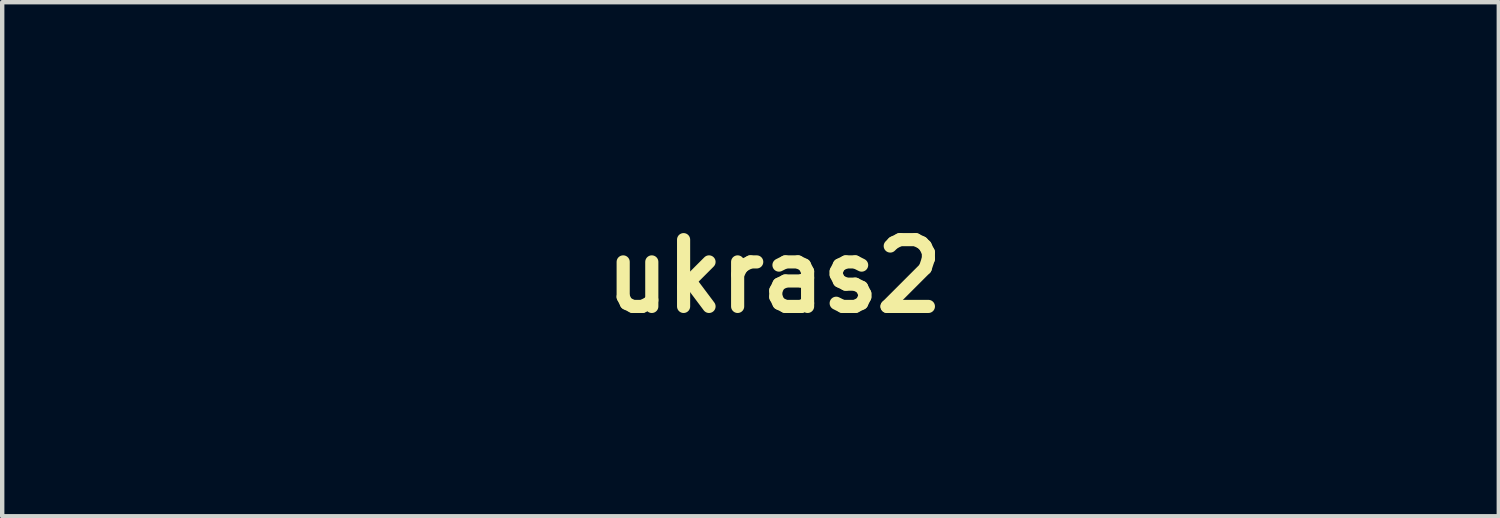
<source format=kicad_pcb>
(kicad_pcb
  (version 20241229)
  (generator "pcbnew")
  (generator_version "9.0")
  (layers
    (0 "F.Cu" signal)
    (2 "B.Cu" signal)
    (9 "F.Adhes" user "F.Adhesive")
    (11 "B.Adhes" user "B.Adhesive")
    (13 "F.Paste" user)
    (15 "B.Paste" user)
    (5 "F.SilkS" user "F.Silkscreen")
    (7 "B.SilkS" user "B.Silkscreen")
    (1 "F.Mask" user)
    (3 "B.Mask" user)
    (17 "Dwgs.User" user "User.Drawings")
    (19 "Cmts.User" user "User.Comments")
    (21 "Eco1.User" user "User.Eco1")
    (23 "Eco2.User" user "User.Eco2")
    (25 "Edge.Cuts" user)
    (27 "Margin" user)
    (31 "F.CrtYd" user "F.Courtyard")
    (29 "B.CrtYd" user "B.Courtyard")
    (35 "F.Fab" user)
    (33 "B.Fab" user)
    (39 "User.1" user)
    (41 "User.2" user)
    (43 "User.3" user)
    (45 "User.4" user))
  (footprint "ukras2"
    (layer "F.Cu")
    (at 14.622 3.255)
    (property "Reference" "ukras2" (at 0 0 0) (layer "F.SilkS") (effects (font (size 1.524 1.524) (thickness 0.3))))
    (attr through_hole)
    (fp_poly (pts (xy -9.37 0.198) (xy -9.398 0.226) (xy -9.426 0.198) (xy -9.398 0.169) (xy -9.37 0.198)) (stroke (width 0.01) (type solid)) (fill yes) (layer "F.Mask"))
    (fp_poly (pts (xy -9.088 0.31) (xy -9.116 0.339) (xy -9.144 0.31) (xy -9.116 0.282) (xy -9.088 0.31)) (stroke (width 0.01) (type solid)) (fill yes) (layer "F.Mask"))
    (fp_poly (pts (xy -8.918 0.367) (xy -8.946 0.395) (xy -8.975 0.367) (xy -8.946 0.339) (xy -8.918 0.367)) (stroke (width 0.01) (type solid)) (fill yes) (layer "F.Mask"))
    (fp_poly (pts (xy -8.749 0.423) (xy -8.777 0.452) (xy -8.805 0.423) (xy -8.777 0.395) (xy -8.749 0.423)) (stroke (width 0.01) (type solid)) (fill yes) (layer "F.Mask"))
    (fp_poly (pts (xy -8.636 -0.31) (xy -8.664 -0.282) (xy -8.692 -0.31) (xy -8.664 -0.339) (xy -8.636 -0.31)) (stroke (width 0.01) (type solid)) (fill yes) (layer "F.Mask"))
    (fp_poly (pts (xy -7.507 0.254) (xy -7.535 0.282) (xy -7.564 0.254) (xy -7.535 0.226) (xy -7.507 0.254)) (stroke (width 0.01) (type solid)) (fill yes) (layer "F.Mask"))
    (fp_poly (pts (xy -7.168 0.367) (xy -7.197 0.395) (xy -7.225 0.367) (xy -7.197 0.339) (xy -7.168 0.367)) (stroke (width 0.01) (type solid)) (fill yes) (layer "F.Mask"))
    (fp_poly (pts (xy -0.79 1.044) (xy -0.818 1.072) (xy -0.847 1.044) (xy -0.818 1.016) (xy -0.79 1.044)) (stroke (width 0.01) (type solid)) (fill yes) (layer "F.Mask"))
    (fp_poly (pts (xy -0.508 0.931) (xy -0.536 0.96) (xy -0.564 0.931) (xy -0.536 0.903) (xy -0.508 0.931)) (stroke (width 0.01) (type solid)) (fill yes) (layer "F.Mask"))
    (fp_poly (pts (xy 2.314 1.157) (xy 2.286 1.185) (xy 2.258 1.157) (xy 2.286 1.129) (xy 2.314 1.157)) (stroke (width 0.01) (type solid)) (fill yes) (layer "F.Mask"))
    (fp_poly (pts (xy 4.233 0.988) (xy 4.205 1.016) (xy 4.177 0.988) (xy 4.205 0.96) (xy 4.233 0.988)) (stroke (width 0.01) (type solid)) (fill yes) (layer "F.Mask"))
    (fp_poly (pts (xy 8.805 0.367) (xy 8.777 0.395) (xy 8.749 0.367) (xy 8.777 0.339) (xy 8.805 0.367)) (stroke (width 0.01) (type solid)) (fill yes) (layer "F.Mask"))
    (fp_poly (pts (xy 9.088 0.31) (xy 9.059 0.339) (xy 9.031 0.31) (xy 9.059 0.282) (xy 9.088 0.31)) (stroke (width 0.01) (type solid)) (fill yes) (layer "F.Mask"))
    (fp_poly (pts (xy 10.386 -0.141) (xy 10.358 -0.113) (xy 10.329 -0.141) (xy 10.358 -0.169) (xy 10.386 -0.141)) (stroke (width 0.01) (type solid)) (fill yes) (layer "F.Mask"))
    (fp_poly (pts (xy 10.499 -0.198) (xy 10.47 -0.169) (xy 10.442 -0.198) (xy 10.47 -0.226) (xy 10.499 -0.198)) (stroke (width 0.01) (type solid)) (fill yes) (layer "F.Mask"))
    (fp_poly (pts (xy -9.219 0.245) (xy -9.227 0.278) (xy -9.257 0.282) (xy -9.303 0.262) (xy -9.295 0.245) (xy -9.228 0.238) (xy -9.219 0.245)) (stroke (width 0.01) (type solid)) (fill yes) (layer "F.Mask"))
    (fp_poly (pts (xy -8.542 0.47) (xy -8.55 0.504) (xy -8.58 0.508) (xy -8.626 0.487) (xy -8.617 0.47) (xy -8.55 0.464) (xy -8.542 0.47)) (stroke (width 0.01) (type solid)) (fill yes) (layer "F.Mask"))
    (fp_poly (pts (xy -8.313 0.53) (xy -8.329 0.556) (xy -8.387 0.56) (xy -8.447 0.546) (xy -8.421 0.526) (xy -8.333 0.519) (xy -8.313 0.53)) (stroke (width 0.01) (type solid)) (fill yes) (layer "F.Mask"))
    (fp_poly (pts (xy -8.087 0.587) (xy -8.104 0.612) (xy -8.161 0.616) (xy -8.221 0.603) (xy -8.195 0.582) (xy -8.107 0.576) (xy -8.087 0.587)) (stroke (width 0.01) (type solid)) (fill yes) (layer "F.Mask"))
    (fp_poly (pts (xy -7.639 0.188) (xy -7.647 0.222) (xy -7.676 0.226) (xy -7.723 0.205) (xy -7.714 0.188) (xy -7.647 0.181) (xy -7.639 0.188)) (stroke (width 0.01) (type solid)) (fill yes) (layer "F.Mask"))
    (fp_poly (pts (xy -7.357 0.301) (xy -7.364 0.335) (xy -7.394 0.339) (xy -7.441 0.318) (xy -7.432 0.301) (xy -7.365 0.294) (xy -7.357 0.301)) (stroke (width 0.01) (type solid)) (fill yes) (layer "F.Mask"))
    (fp_poly (pts (xy -6.961 0.414) (xy -6.969 0.447) (xy -6.999 0.452) (xy -7.046 0.431) (xy -7.037 0.414) (xy -6.97 0.407) (xy -6.961 0.414)) (stroke (width 0.01) (type solid)) (fill yes) (layer "F.Mask"))
    (fp_poly (pts (xy -6.676 0.474) (xy -6.693 0.5) (xy -6.75 0.504) (xy -6.81 0.49) (xy -6.784 0.469) (xy -6.696 0.463) (xy -6.676 0.474)) (stroke (width 0.01) (type solid)) (fill yes) (layer "F.Mask"))
    (fp_poly (pts (xy -6.364 0.527) (xy -6.357 0.548) (xy -6.435 0.556) (xy -6.515 0.547) (xy -6.505 0.527) (xy -6.39 0.52) (xy -6.364 0.527)) (stroke (width 0.01) (type solid)) (fill yes) (layer "F.Mask"))
    (fp_poly (pts (xy -3.515 1.208) (xy -3.532 1.233) (xy -3.589 1.237) (xy -3.649 1.224) (xy -3.623 1.203) (xy -3.535 1.196) (xy -3.515 1.208)) (stroke (width 0.01) (type solid)) (fill yes) (layer "F.Mask"))
    (fp_poly (pts (xy -3.203 1.261) (xy -3.196 1.281) (xy -3.274 1.289) (xy -3.354 1.28) (xy -3.344 1.261) (xy -3.229 1.253) (xy -3.203 1.261)) (stroke (width 0.01) (type solid)) (fill yes) (layer "F.Mask"))
    (fp_poly (pts (xy -1.37 1.208) (xy -1.387 1.233) (xy -1.444 1.237) (xy -1.504 1.224) (xy -1.478 1.203) (xy -1.39 1.196) (xy -1.37 1.208)) (stroke (width 0.01) (type solid)) (fill yes) (layer "F.Mask"))
    (fp_poly (pts (xy -1.148 1.148) (xy -1.155 1.181) (xy -1.185 1.185) (xy -1.232 1.165) (xy -1.223 1.148) (xy -1.156 1.141) (xy -1.148 1.148)) (stroke (width 0.01) (type solid)) (fill yes) (layer "F.Mask"))
    (fp_poly (pts (xy 3.371 1.151) (xy 3.355 1.177) (xy 3.297 1.181) (xy 3.237 1.167) (xy 3.263 1.147) (xy 3.351 1.14) (xy 3.371 1.151)) (stroke (width 0.01) (type solid)) (fill yes) (layer "F.Mask"))
    (fp_poly (pts (xy 3.763 1.091) (xy 3.755 1.125) (xy 3.725 1.129) (xy 3.679 1.108) (xy 3.688 1.091) (xy 3.755 1.085) (xy 3.763 1.091)) (stroke (width 0.01) (type solid)) (fill yes) (layer "F.Mask"))
    (fp_poly (pts (xy 4.44 0.922) (xy 4.433 0.955) (xy 4.403 0.96) (xy 4.356 0.939) (xy 4.365 0.922) (xy 4.432 0.915) (xy 4.44 0.922)) (stroke (width 0.01) (type solid)) (fill yes) (layer "F.Mask"))
    (fp_poly (pts (xy 9.351 0.245) (xy 9.343 0.278) (xy 9.313 0.282) (xy 9.267 0.262) (xy 9.276 0.245) (xy 9.343 0.238) (xy 9.351 0.245)) (stroke (width 0.01) (type solid)) (fill yes) (layer "F.Mask"))
    (fp_poly (pts (xy 9.577 0.188) (xy 9.569 0.222) (xy 9.539 0.226) (xy 9.493 0.205) (xy 9.501 0.188) (xy 9.568 0.181) (xy 9.577 0.188)) (stroke (width 0.01) (type solid)) (fill yes) (layer "F.Mask"))
    (fp_poly (pts (xy -12.34 -1.798) (xy -12.313 -1.73) (xy -12.346 -1.693) (xy -12.351 -1.693) (xy -12.416 -1.739) (xy -12.44 -1.783) (xy -12.442 -1.849) (xy -12.407 -1.85) (xy -12.34 -1.798)) (stroke (width 0.01) (type solid)) (fill yes) (layer "F.Mask"))
    (fp_poly (pts (xy -8.551 -0.26) (xy -8.481 -0.227) (xy -8.385 -0.171) (xy -8.354 -0.139) (xy -8.372 -0.116) (xy -8.439 -0.155) (xy -8.498 -0.201) (xy -8.571 -0.261) (xy -8.551 -0.26)) (stroke (width 0.01) (type solid)) (fill yes) (layer "F.Mask"))
    (fp_poly (pts (xy -1.678 1.261) (xy -1.676 1.28) (xy -1.765 1.287) (xy -1.778 1.287) (xy -1.866 1.279) (xy -1.857 1.262) (xy -1.847 1.259) (xy -1.725 1.251) (xy -1.678 1.261)) (stroke (width 0.01) (type solid)) (fill yes) (layer "F.Mask"))
    (fp_poly (pts (xy -6.703 0.749) (xy -6.66 0.76) (xy -6.718 0.769) (xy -6.863 0.772) (xy -6.886 0.772) (xy -7.041 0.769) (xy -7.11 0.762) (xy -7.081 0.751) (xy -7.07 0.749) (xy -6.872 0.74) (xy -6.703 0.749)) (stroke (width 0.01) (type solid)) (fill yes) (layer "F.Mask"))
    (fp_poly (pts (xy -2.323 1.31) (xy -2.272 1.313) (xy -2.209 1.322) (xy -2.249 1.329) (xy -2.381 1.333) (xy -2.54 1.334) (xy -2.736 1.332) (xy -2.848 1.327) (xy -2.866 1.32) (xy -2.808 1.313) (xy -2.571 1.305) (xy -2.323 1.31)) (stroke (width 0.01) (type solid)) (fill yes) (layer "F.Mask"))
    (fp_poly (pts (xy 10.23 -0.054) (xy 10.125 0.002) (xy 9.976 0.064) (xy 9.813 0.12) (xy 9.76 0.135) (xy 9.733 0.134) (xy 9.796 0.094) (xy 9.929 0.028) (xy 10.095 -0.043) (xy 10.215 -0.085) (xy 10.26 -0.089) (xy 10.23 -0.054)) (stroke (width 0.01) (type solid)) (fill yes) (layer "F.Mask"))
    (fp_poly (pts (xy -8.253 -0.078) (xy -8.146 -0.034) (xy -8.01 0.029) (xy -7.883 0.093) (xy -7.801 0.142) (xy -7.794 0.148) (xy -7.788 0.172) (xy -7.859 0.155) (xy -7.98 0.105) (xy -8.086 0.053) (xy -8.216 -0.022) (xy -8.29 -0.076) (xy -8.297 -0.087) (xy -8.253 -0.078)) (stroke (width 0.01) (type solid)) (fill yes) (layer "F.Mask"))
    (fp_poly (pts (xy -7.699 0.659) (xy -7.676 0.661) (xy -7.485 0.68) (xy -7.344 0.699) (xy -7.286 0.713) (xy -7.312 0.728) (xy -7.415 0.73) (xy -7.563 0.721) (xy -7.72 0.704) (xy -7.855 0.68) (xy -7.874 0.675) (xy -7.922 0.655) (xy -7.862 0.649) (xy -7.699 0.659)) (stroke (width 0.01) (type solid)) (fill yes) (layer "F.Mask"))
    (fp_poly (pts (xy -12.849 -2.087) (xy -12.808 -2.046) (xy -12.762 -1.981) (xy -12.788 -1.996) (xy -12.813 -2.018) (xy -12.925 -2.084) (xy -13.006 -2.074) (xy -13.026 -1.992) (xy -13.022 -1.976) (xy -13.002 -1.886) (xy -13.002 -1.864) (xy -13.051 -1.89) (xy -13.107 -1.922) (xy -13.172 -2.004) (xy -13.171 -2.062) (xy -13.094 -2.13) (xy -12.971 -2.138) (xy -12.849 -2.087)) (stroke (width 0.01) (type solid)) (fill yes) (layer "F.Mask"))
    (fp_poly (pts (xy 10.739 -3.226) (xy 10.766 -3.143) (xy 10.732 -3.086) (xy 10.695 -2.958) (xy 10.759 -2.793) (xy 10.856 -2.667) (xy 10.963 -2.563) (xy 11.018 -2.557) (xy 11.026 -2.65) (xy 11.019 -2.709) (xy 11.019 -2.834) (xy 11.057 -2.879) (xy 11.098 -2.829) (xy 11.119 -2.707) (xy 11.12 -2.678) (xy 11.133 -2.549) (xy 11.168 -2.508) (xy 11.176 -2.512) (xy 11.223 -2.591) (xy 11.232 -2.658) (xy 11.268 -2.753) (xy 11.347 -2.817) (xy 11.424 -2.817) (xy 11.433 -2.81) (xy 11.427 -2.748) (xy 11.381 -2.629) (xy 11.37 -2.606) (xy 11.315 -2.467) (xy 11.325 -2.378) (xy 11.414 -2.332) (xy 11.593 -2.319) (xy 11.76 -2.323) (xy 11.976 -2.329) (xy 12.103 -2.318) (xy 12.164 -2.288) (xy 12.179 -2.254) (xy 12.154 -2.154) (xy 12.081 -2.062) (xy 11.996 -1.97) (xy 11.966 -1.912) (xy 12.01 -1.86) (xy 12.125 -1.77) (xy 12.274 -1.669) (xy 12.558 -1.442) (xy 12.776 -1.174) (xy 12.907 -0.893) (xy 12.922 -0.833) (xy 12.963 -0.707) (xy 13.032 -0.664) (xy 13.098 -0.666) (xy 13.311 -0.687) (xy 13.449 -0.681) (xy 13.521 -0.63) (xy 13.535 -0.518) (xy 13.501 -0.33) (xy 13.431 -0.059) (xy 13.366 0.153) (xy 13.303 0.306) (xy 13.251 0.391) (xy 13.218 0.396) (xy 13.211 0.311) (xy 13.22 0.226) (xy 13.226 0.093) (xy 13.194 0.065) (xy 13.133 0.143) (xy 13.099 0.211) (xy 13.046 0.314) (xy 13.005 0.323) (xy 12.949 0.257) (xy 12.906 0.176) (xy 12.925 0.101) (xy 13.018 -0.008) (xy 13.02 -0.01) (xy 13.11 -0.117) (xy 13.146 -0.188) (xy 13.143 -0.197) (xy 13.09 -0.18) (xy 12.998 -0.101) (xy 12.982 -0.084) (xy 12.85 0.016) (xy 12.681 0.054) (xy 12.608 0.056) (xy 12.418 0.072) (xy 12.25 0.111) (xy 12.221 0.123) (xy 12.098 0.157) (xy 11.932 0.155) (xy 11.726 0.124) (xy 11.53 0.091) (xy 11.402 0.087) (xy 11.302 0.118) (xy 11.187 0.19) (xy 11.174 0.199) (xy 11.026 0.286) (xy 10.901 0.335) (xy 10.873 0.339) (xy 10.736 0.365) (xy 10.602 0.454) (xy 10.454 0.62) (xy 10.322 0.806) (xy 10.12 1.097) (xy 9.966 1.29) (xy 9.858 1.388) (xy 9.792 1.395) (xy 9.766 1.311) (xy 9.765 1.281) (xy 9.812 1.148) (xy 9.92 1.034) (xy 10.027 0.934) (xy 10.128 0.81) (xy 10.206 0.689) (xy 10.243 0.598) (xy 10.223 0.564) (xy 10.163 0.604) (xy 10.05 0.71) (xy 9.905 0.863) (xy 9.843 0.931) (xy 9.662 1.131) (xy 9.54 1.247) (xy 9.467 1.288) (xy 9.433 1.26) (xy 9.426 1.198) (xy 9.465 1.123) (xy 9.571 0.988) (xy 9.728 0.808) (xy 9.922 0.601) (xy 10.138 0.382) (xy 10.359 0.167) (xy 10.553 -0.011) (xy 10.67 -0.133) (xy 10.721 -0.225) (xy 10.699 -0.27) (xy 10.626 -0.26) (xy 10.568 -0.246) (xy 10.599 -0.281) (xy 10.637 -0.311) (xy 10.707 -0.374) (xy 10.715 -0.437) (xy 10.661 -0.544) (xy 10.646 -0.569) (xy 10.585 -0.69) (xy 10.568 -0.763) (xy 10.571 -0.768) (xy 10.634 -0.77) (xy 10.784 -0.756) (xy 10.998 -0.728) (xy 11.202 -0.697) (xy 11.514 -0.651) (xy 11.733 -0.635) (xy 11.873 -0.653) (xy 11.952 -0.711) (xy 11.986 -0.813) (xy 11.99 -0.942) (xy 11.951 -1.153) (xy 11.832 -1.382) (xy 11.793 -1.44) (xy 11.682 -1.598) (xy 11.595 -1.723) (xy 11.559 -1.775) (xy 11.496 -1.799) (xy 11.455 -1.769) (xy 11.373 -1.749) (xy 11.286 -1.803) (xy 11.226 -1.901) (xy 11.222 -1.99) (xy 11.207 -2.071) (xy 11.135 -2.088) (xy 10.99 -2.035) (xy 10.878 -1.884) (xy 10.811 -1.666) (xy 10.748 -1.418) (xy 10.667 -1.278) (xy 10.581 -1.242) (xy 10.51 -1.28) (xy 10.51 -1.37) (xy 10.565 -1.455) (xy 10.621 -1.529) (xy 10.6 -1.55) (xy 10.527 -1.521) (xy 10.425 -1.444) (xy 10.42 -1.44) (xy 10.215 -1.321) (xy 9.979 -1.307) (xy 9.796 -1.364) (xy 9.69 -1.436) (xy 9.652 -1.505) (xy 9.686 -1.573) (xy 9.772 -1.56) (xy 9.861 -1.493) (xy 9.975 -1.432) (xy 10.102 -1.431) (xy 10.192 -1.487) (xy 10.202 -1.509) (xy 10.174 -1.58) (xy 10.08 -1.645) (xy 9.975 -1.72) (xy 9.936 -1.8) (xy 9.971 -1.854) (xy 10.019 -1.863) (xy 10.094 -1.833) (xy 10.104 -1.808) (xy 10.152 -1.727) (xy 10.264 -1.677) (xy 10.394 -1.676) (xy 10.442 -1.693) (xy 10.539 -1.77) (xy 10.529 -1.844) (xy 10.409 -1.921) (xy 10.364 -1.941) (xy 10.227 -2.01) (xy 10.141 -2.075) (xy 10.135 -2.083) (xy 10.056 -2.128) (xy 9.931 -2.145) (xy 9.857 -2.159) (xy 10.282 -2.159) (xy 10.316 -2.097) (xy 10.36 -2.061) (xy 10.488 -2.004) (xy 10.629 -1.994) (xy 10.737 -2.03) (xy 10.765 -2.069) (xy 10.734 -2.134) (xy 10.631 -2.211) (xy 10.603 -2.225) (xy 10.475 -2.281) (xy 10.397 -2.279) (xy 10.335 -2.231) (xy 10.282 -2.159) (xy 9.857 -2.159) (xy 9.8 -2.169) (xy 9.765 -2.233) (xy 9.797 -2.295) (xy 9.878 -2.286) (xy 10 -2.273) (xy 10.126 -2.294) (xy 10.207 -2.337) (xy 10.216 -2.36) (xy 10.191 -2.383) (xy 10.662 -2.383) (xy 10.726 -2.31) (xy 10.85 -2.264) (xy 10.92 -2.258) (xy 11.052 -2.266) (xy 11.118 -2.285) (xy 11.12 -2.289) (xy 11.073 -2.331) (xy 10.961 -2.386) (xy 10.829 -2.436) (xy 10.721 -2.464) (xy 10.683 -2.461) (xy 10.662 -2.383) (xy 10.191 -2.383) (xy 10.168 -2.404) (xy 10.05 -2.467) (xy 9.992 -2.492) (xy 9.804 -2.613) (xy 9.65 -2.785) (xy 9.556 -2.974) (xy 9.542 -3.076) (xy 9.558 -3.117) (xy 9.607 -3.056) (xy 9.653 -2.971) (xy 9.789 -2.756) (xy 9.935 -2.628) (xy 10.037 -2.598) (xy 10.069 -2.627) (xy 10.021 -2.722) (xy 10 -2.753) (xy 9.9 -2.927) (xy 9.868 -3.064) (xy 9.91 -3.141) (xy 9.92 -3.146) (xy 9.98 -3.123) (xy 9.991 -3.078) (xy 10.03 -2.919) (xy 10.125 -2.747) (xy 10.244 -2.616) (xy 10.278 -2.594) (xy 10.389 -2.553) (xy 10.424 -2.591) (xy 10.384 -2.713) (xy 10.362 -2.758) (xy 10.297 -2.922) (xy 10.275 -3.062) (xy 10.299 -3.148) (xy 10.329 -3.161) (xy 10.373 -3.113) (xy 10.386 -3.027) (xy 10.411 -2.921) (xy 10.473 -2.795) (xy 10.55 -2.683) (xy 10.619 -2.618) (xy 10.652 -2.618) (xy 10.654 -2.684) (xy 10.624 -2.812) (xy 10.614 -2.844) (xy 10.586 -2.997) (xy 10.598 -3.134) (xy 10.64 -3.228) (xy 10.702 -3.25) (xy 10.739 -3.226)) (stroke (width 0.01) (type solid)) (fill yes) (layer "F.Mask"))
    (fp_poly (pts (xy -6.233 -2.101) (xy -6.221 -1.973) (xy -6.196 -1.786) (xy -6.123 -1.617) (xy -6.023 -1.51) (xy -6.003 -1.5) (xy -5.953 -1.503) (xy -5.956 -1.585) (xy -5.966 -1.624) (xy -6.003 -1.827) (xy -6.001 -1.983) (xy -5.962 -2.065) (xy -5.954 -2.069) (xy -5.917 -2.032) (xy -5.894 -1.913) (xy -5.891 -1.858) (xy -5.863 -1.651) (xy -5.802 -1.479) (xy -5.72 -1.374) (xy -5.666 -1.355) (xy -5.623 -1.388) (xy -5.614 -1.499) (xy -5.626 -1.629) (xy -5.635 -1.826) (xy -5.606 -1.933) (xy -5.595 -1.943) (xy -5.551 -1.926) (xy -5.532 -1.802) (xy -5.532 -1.758) (xy -5.523 -1.59) (xy -5.503 -1.461) (xy -5.497 -1.444) (xy -5.441 -1.361) (xy -5.391 -1.379) (xy -5.364 -1.488) (xy -5.362 -1.528) (xy -5.34 -1.701) (xy -5.284 -1.842) (xy -5.211 -1.916) (xy -5.191 -1.919) (xy -5.143 -1.873) (xy -5.136 -1.834) (xy -5.167 -1.759) (xy -5.193 -1.75) (xy -5.232 -1.702) (xy -5.246 -1.584) (xy -5.237 -1.436) (xy -5.206 -1.298) (xy -5.171 -1.228) (xy -5.087 -1.141) (xy -5.039 -1.159) (xy -5.024 -1.283) (xy -5.024 -1.298) (xy -5.006 -1.417) (xy -4.963 -1.468) (xy -4.962 -1.468) (xy -4.927 -1.416) (xy -4.931 -1.264) (xy -4.936 -1.228) (xy -4.971 -0.988) (xy -4.882 -1.143) (xy -4.782 -1.262) (xy -4.679 -1.297) (xy -4.602 -1.245) (xy -4.618 -1.18) (xy -4.677 -1.133) (xy -4.787 -1.036) (xy -4.833 -0.92) (xy -4.801 -0.828) (xy -4.695 -0.763) (xy -4.525 -0.696) (xy -4.339 -0.644) (xy -4.186 -0.622) (xy -4.185 -0.622) (xy -4.089 -0.601) (xy -4.086 -0.532) (xy -4.086 -0.532) (xy -4.116 -0.441) (xy -4.12 -0.417) (xy -4.167 -0.381) (xy -4.262 -0.339) (xy -4.366 -0.283) (xy -4.403 -0.235) (xy -4.371 -0.167) (xy -4.288 -0.041) (xy -4.202 0.077) (xy -3.984 0.409) (xy -3.866 0.708) (xy -3.838 0.925) (xy -3.82 1.063) (xy -3.774 1.144) (xy -3.768 1.148) (xy -3.726 1.173) (xy -3.768 1.181) (xy -3.83 1.231) (xy -3.838 1.27) (xy -3.805 1.326) (xy -3.692 1.351) (xy -3.584 1.355) (xy -3.426 1.362) (xy -3.351 1.393) (xy -3.33 1.459) (xy -3.33 1.468) (xy -3.36 1.566) (xy -3.44 1.726) (xy -3.555 1.919) (xy -3.593 1.976) (xy -3.753 2.206) (xy -3.865 2.336) (xy -3.931 2.369) (xy -3.951 2.311) (xy -3.926 2.217) (xy -3.886 2.129) (xy -3.847 2.049) (xy -3.867 2.041) (xy -3.964 2.102) (xy -3.969 2.105) (xy -4.1 2.182) (xy -4.162 2.188) (xy -4.172 2.118) (xy -4.167 2.077) (xy -4.098 1.96) (xy -4.012 1.92) (xy -3.897 1.867) (xy -3.849 1.81) (xy -3.852 1.759) (xy -3.929 1.78) (xy -4.018 1.807) (xy -4.147 1.819) (xy -4.338 1.816) (xy -4.612 1.799) (xy -4.748 1.787) (xy -5.07 1.722) (xy -5.303 1.604) (xy -5.455 1.511) (xy -5.568 1.476) (xy -5.695 1.489) (xy -5.777 1.51) (xy -5.989 1.545) (xy -6.206 1.549) (xy -6.238 1.545) (xy -6.349 1.538) (xy -6.449 1.556) (xy -6.562 1.609) (xy -6.715 1.711) (xy -6.914 1.859) (xy -7.164 2.037) (xy -7.362 2.154) (xy -7.497 2.206) (xy -7.56 2.189) (xy -7.564 2.169) (xy -7.528 2.064) (xy -7.447 1.963) (xy -7.363 1.919) (xy -7.269 1.89) (xy -7.133 1.818) (xy -6.991 1.726) (xy -6.878 1.638) (xy -6.83 1.575) (xy -6.83 1.573) (xy -6.837 1.539) (xy -6.872 1.533) (xy -6.95 1.562) (xy -7.091 1.632) (xy -7.311 1.749) (xy -7.338 1.764) (xy -7.565 1.877) (xy -7.731 1.941) (xy -7.826 1.953) (xy -7.843 1.915) (xy -7.77 1.823) (xy -7.758 1.811) (xy -7.645 1.728) (xy -7.465 1.619) (xy -7.245 1.499) (xy -7.012 1.382) (xy -6.794 1.282) (xy -6.618 1.211) (xy -6.513 1.185) (xy -6.389 1.149) (xy -6.245 1.061) (xy -6.118 0.949) (xy -6.045 0.843) (xy -6.04 0.813) (xy -6.087 0.755) (xy -6.236 0.727) (xy -6.279 0.724) (xy -6.519 0.715) (xy -6.311 0.693) (xy -6.169 0.661) (xy -6.125 0.611) (xy -6.127 0.604) (xy -6.121 0.502) (xy -6.097 0.452) (xy -6.034 0.397) (xy -5.942 0.434) (xy -5.942 0.434) (xy -5.813 0.512) (xy -5.63 0.611) (xy -5.421 0.718) (xy -5.214 0.819) (xy -5.035 0.902) (xy -4.913 0.951) (xy -4.879 0.96) (xy -4.779 0.91) (xy -4.692 0.785) (xy -4.639 0.623) (xy -4.632 0.538) (xy -4.651 0.387) (xy -4.697 0.185) (xy -4.734 0.056) (xy -4.798 -0.121) (xy -4.854 -0.213) (xy -4.92 -0.241) (xy -4.96 -0.24) (xy -5.048 -0.249) (xy -5.048 -0.289) (xy -5.053 -0.368) (xy -5.083 -0.397) (xy -5.129 -0.45) (xy -5.086 -0.528) (xy -5.084 -0.531) (xy -5.041 -0.607) (xy -5.089 -0.65) (xy -5.099 -0.653) (xy -5.239 -0.673) (xy -5.37 -0.611) (xy -5.51 -0.457) (xy -5.581 -0.352) (xy -5.715 -0.172) (xy -5.829 -0.072) (xy -5.878 -0.056) (xy -5.966 -0.089) (xy -5.975 -0.159) (xy -5.909 -0.227) (xy -5.865 -0.244) (xy -5.786 -0.29) (xy -5.783 -0.335) (xy -5.857 -0.357) (xy -5.995 -0.304) (xy -6.145 -0.247) (xy -6.292 -0.253) (xy -6.381 -0.276) (xy -6.581 -0.364) (xy -6.69 -0.473) (xy -6.697 -0.592) (xy -6.638 -0.671) (xy -6.57 -0.639) (xy -6.519 -0.55) (xy -6.413 -0.438) (xy -6.308 -0.405) (xy -6.191 -0.403) (xy -6.161 -0.443) (xy -6.216 -0.541) (xy -6.265 -0.605) (xy -6.338 -0.735) (xy -6.331 -0.822) (xy -6.262 -0.847) (xy -6.219 -0.799) (xy -6.209 -0.736) (xy -6.158 -0.618) (xy -6.028 -0.535) (xy -5.874 -0.508) (xy -5.779 -0.542) (xy -5.765 -0.62) (xy -5.832 -0.709) (xy -5.873 -0.735) (xy -5.984 -0.836) (xy -6.04 -0.933) (xy -6.124 -1.04) (xy -5.924 -1.04) (xy -5.887 -0.949) (xy -5.812 -0.857) (xy -5.683 -0.764) (xy -5.551 -0.735) (xy -5.455 -0.778) (xy -5.449 -0.787) (xy -5.465 -0.851) (xy -5.53 -0.902) (xy -5.621 -0.986) (xy -5.644 -1.052) (xy -5.668 -1.094) (xy -5.473 -1.094) (xy -5.465 -1.017) (xy -5.402 -0.937) (xy -5.348 -0.905) (xy -5.183 -0.855) (xy -5.093 -0.866) (xy -5.08 -0.897) (xy -5.124 -0.961) (xy -5.226 -1.041) (xy -5.342 -1.107) (xy -5.417 -1.129) (xy -5.473 -1.094) (xy -5.668 -1.094) (xy -5.679 -1.114) (xy -5.734 -1.107) (xy -5.841 -1.076) (xy -5.875 -1.072) (xy -5.924 -1.04) (xy -6.124 -1.04) (xy -6.133 -1.051) (xy -6.235 -1.105) (xy -6.342 -1.158) (xy -6.378 -1.22) (xy -6.343 -1.29) (xy -6.272 -1.28) (xy -6.237 -1.242) (xy -6.167 -1.201) (xy -6.057 -1.186) (xy -5.96 -1.199) (xy -5.927 -1.233) (xy -5.965 -1.302) (xy -6.047 -1.388) (xy -6.156 -1.518) (xy -6.245 -1.677) (xy -6.291 -1.825) (xy -6.316 -1.978) (xy -6.319 -2.106) (xy -6.296 -2.175) (xy -6.269 -2.175) (xy -6.233 -2.101)) (stroke (width 0.01) (type solid)) (fill yes) (layer "F.Mask"))
    (fp_poly (pts (xy 4.379 -2.242) (xy 4.403 -2.136) (xy 4.436 -2.007) (xy 4.517 -1.864) (xy 4.619 -1.746) (xy 4.713 -1.694) (xy 4.718 -1.693) (xy 4.768 -1.707) (xy 4.759 -1.767) (xy 4.715 -1.86) (xy 4.651 -2.021) (xy 4.63 -2.161) (xy 4.655 -2.246) (xy 4.685 -2.258) (xy 4.729 -2.21) (xy 4.742 -2.131) (xy 4.772 -1.991) (xy 4.846 -1.837) (xy 4.941 -1.708) (xy 5.032 -1.64) (xy 5.051 -1.637) (xy 5.126 -1.645) (xy 5.136 -1.651) (xy 5.121 -1.708) (xy 5.082 -1.839) (xy 5.054 -1.932) (xy 5.016 -2.091) (xy 5.008 -2.2) (xy 5.019 -2.227) (xy 5.09 -2.225) (xy 5.131 -2.128) (xy 5.136 -2.047) (xy 5.161 -1.893) (xy 5.22 -1.763) (xy 5.295 -1.696) (xy 5.31 -1.693) (xy 5.341 -1.743) (xy 5.334 -1.873) (xy 5.331 -1.885) (xy 5.324 -2.041) (xy 5.352 -2.178) (xy 5.405 -2.268) (xy 5.469 -2.281) (xy 5.489 -2.266) (xy 5.516 -2.184) (xy 5.479 -2.121) (xy 5.436 -1.992) (xy 5.459 -1.824) (xy 5.539 -1.664) (xy 5.591 -1.606) (xy 5.666 -1.546) (xy 5.696 -1.565) (xy 5.701 -1.681) (xy 5.701 -1.689) (xy 5.719 -1.821) (xy 5.771 -1.849) (xy 5.818 -1.778) (xy 5.823 -1.64) (xy 5.824 -1.513) (xy 5.862 -1.491) (xy 5.865 -1.493) (xy 5.918 -1.576) (xy 5.927 -1.634) (xy 5.962 -1.728) (xy 6.04 -1.779) (xy 6.115 -1.761) (xy 6.126 -1.747) (xy 6.118 -1.669) (xy 6.071 -1.604) (xy 5.994 -1.475) (xy 6.001 -1.352) (xy 6.091 -1.272) (xy 6.098 -1.269) (xy 6.219 -1.247) (xy 6.402 -1.231) (xy 6.521 -1.226) (xy 6.725 -1.206) (xy 6.822 -1.158) (xy 6.813 -1.077) (xy 6.717 -0.975) (xy 6.632 -0.879) (xy 6.604 -0.813) (xy 6.644 -0.746) (xy 6.75 -0.632) (xy 6.899 -0.495) (xy 6.91 -0.486) (xy 7.144 -0.253) (xy 7.29 -0.021) (xy 7.316 0.043) (xy 7.385 0.206) (xy 7.45 0.322) (xy 7.476 0.352) (xy 7.498 0.389) (xy 7.465 0.394) (xy 7.406 0.437) (xy 7.4 0.523) (xy 7.446 0.59) (xy 7.531 0.595) (xy 7.651 0.563) (xy 7.812 0.531) (xy 7.944 0.554) (xy 8.012 0.624) (xy 8.015 0.647) (xy 7.993 0.745) (xy 7.935 0.91) (xy 7.856 1.11) (xy 7.77 1.312) (xy 7.689 1.483) (xy 7.628 1.589) (xy 7.616 1.603) (xy 7.574 1.62) (xy 7.568 1.545) (xy 7.575 1.482) (xy 7.583 1.341) (xy 7.553 1.306) (xy 7.486 1.377) (xy 7.464 1.411) (xy 7.376 1.509) (xy 7.309 1.505) (xy 7.281 1.401) (xy 7.281 1.392) (xy 7.333 1.258) (xy 7.422 1.196) (xy 7.526 1.13) (xy 7.564 1.074) (xy 7.544 1.022) (xy 7.475 1.042) (xy 7.349 1.132) (xy 7.209 1.211) (xy 7.048 1.22) (xy 6.989 1.212) (xy 6.791 1.204) (xy 6.6 1.234) (xy 6.59 1.237) (xy 6.453 1.267) (xy 6.309 1.254) (xy 6.112 1.196) (xy 6.094 1.19) (xy 5.918 1.13) (xy 5.808 1.109) (xy 5.723 1.126) (xy 5.623 1.181) (xy 5.61 1.19) (xy 5.439 1.265) (xy 5.268 1.298) (xy 5.261 1.298) (xy 5.129 1.305) (xy 5.02 1.335) (xy 4.914 1.403) (xy 4.788 1.525) (xy 4.623 1.716) (xy 4.542 1.812) (xy 4.33 2.053) (xy 4.17 2.202) (xy 4.063 2.258) (xy 4.012 2.219) (xy 4.008 2.178) (xy 4.034 2.032) (xy 4.098 1.936) (xy 4.144 1.919) (xy 4.219 1.883) (xy 4.326 1.795) (xy 4.437 1.683) (xy 4.524 1.576) (xy 4.561 1.502) (xy 4.557 1.49) (xy 4.496 1.501) (xy 4.378 1.574) (xy 4.227 1.689) (xy 4.069 1.828) (xy 3.955 1.942) (xy 3.827 2.051) (xy 3.726 2.085) (xy 3.673 2.041) (xy 3.669 2.008) (xy 3.711 1.937) (xy 3.824 1.817) (xy 3.988 1.664) (xy 4.182 1.496) (xy 4.386 1.33) (xy 4.58 1.183) (xy 4.744 1.072) (xy 4.842 1.019) (xy 4.974 0.942) (xy 5.079 0.842) (xy 5.131 0.748) (xy 5.121 0.699) (xy 5.06 0.706) (xy 4.929 0.748) (xy 4.826 0.79) (xy 4.67 0.852) (xy 4.563 0.885) (xy 4.536 0.886) (xy 4.572 0.855) (xy 4.688 0.795) (xy 4.854 0.719) (xy 5.065 0.617) (xy 5.173 0.535) (xy 5.183 0.466) (xy 5.136 0.423) (xy 5.096 0.354) (xy 5.081 0.244) (xy 5.093 0.147) (xy 5.125 0.113) (xy 5.2 0.148) (xy 5.24 0.182) (xy 5.338 0.235) (xy 5.524 0.294) (xy 5.771 0.355) (xy 6.056 0.41) (xy 6.189 0.431) (xy 6.345 0.445) (xy 6.432 0.418) (xy 6.491 0.338) (xy 6.492 0.337) (xy 6.526 0.168) (xy 6.478 -0.065) (xy 6.347 -0.365) (xy 6.286 -0.478) (xy 6.183 -0.64) (xy 6.1 -0.712) (xy 6.032 -0.715) (xy 5.943 -0.724) (xy 5.927 -0.767) (xy 5.892 -0.839) (xy 5.866 -0.847) (xy 5.832 -0.89) (xy 5.84 -0.953) (xy 5.837 -1.054) (xy 5.763 -1.093) (xy 5.645 -1.062) (xy 5.57 -1.014) (xy 5.462 -0.881) (xy 5.396 -0.714) (xy 5.395 -0.711) (xy 5.339 -0.527) (xy 5.255 -0.386) (xy 5.163 -0.31) (xy 5.08 -0.318) (xy 5.073 -0.324) (xy 5.036 -0.391) (xy 5.092 -0.461) (xy 5.111 -0.475) (xy 5.181 -0.55) (xy 5.182 -0.594) (xy 5.116 -0.59) (xy 5.007 -0.527) (xy 4.991 -0.514) (xy 4.834 -0.421) (xy 4.674 -0.403) (xy 4.472 -0.46) (xy 4.429 -0.477) (xy 4.306 -0.553) (xy 4.239 -0.638) (xy 4.242 -0.707) (xy 4.318 -0.734) (xy 4.393 -0.703) (xy 4.403 -0.676) (xy 4.448 -0.613) (xy 4.545 -0.553) (xy 4.669 -0.517) (xy 4.752 -0.554) (xy 4.757 -0.559) (xy 4.789 -0.626) (xy 4.734 -0.703) (xy 4.699 -0.733) (xy 4.606 -0.837) (xy 4.572 -0.926) (xy 4.598 -1.006) (xy 4.656 -0.999) (xy 4.711 -0.909) (xy 4.713 -0.903) (xy 4.798 -0.796) (xy 4.935 -0.748) (xy 5.074 -0.773) (xy 5.12 -0.806) (xy 5.166 -0.868) (xy 5.14 -0.919) (xy 5.026 -0.987) (xy 5.016 -0.991) (xy 4.876 -1.075) (xy 4.778 -1.152) (xy 4.77 -1.162) (xy 4.672 -1.226) (xy 4.576 -1.252) (xy 4.563 -1.257) (xy 4.922 -1.257) (xy 4.927 -1.206) (xy 5.014 -1.127) (xy 5.019 -1.123) (xy 5.163 -1.045) (xy 5.3 -1.034) (xy 5.393 -1.091) (xy 5.406 -1.119) (xy 5.38 -1.189) (xy 5.312 -1.224) (xy 5.217 -1.28) (xy 5.193 -1.333) (xy 5.168 -1.402) (xy 5.087 -1.383) (xy 4.995 -1.321) (xy 4.922 -1.257) (xy 4.563 -1.257) (xy 4.461 -1.294) (xy 4.415 -1.347) (xy 4.424 -1.396) (xy 4.516 -1.396) (xy 4.551 -1.389) (xy 4.67 -1.383) (xy 4.784 -1.405) (xy 4.795 -1.411) (xy 5.308 -1.411) (xy 5.365 -1.318) (xy 5.374 -1.31) (xy 5.462 -1.265) (xy 5.586 -1.244) (xy 5.7 -1.249) (xy 5.757 -1.283) (xy 5.757 -1.289) (xy 5.712 -1.344) (xy 5.614 -1.402) (xy 5.448 -1.459) (xy 5.341 -1.459) (xy 5.308 -1.411) (xy 4.795 -1.411) (xy 4.856 -1.443) (xy 4.853 -1.483) (xy 4.793 -1.526) (xy 4.678 -1.607) (xy 4.636 -1.635) (xy 4.517 -1.746) (xy 4.403 -1.899) (xy 4.313 -2.06) (xy 4.264 -2.198) (xy 4.269 -2.27) (xy 4.325 -2.296) (xy 4.379 -2.242)) (stroke (width 0.01) (type solid)) (fill yes) (layer "F.Mask"))
    (fp_poly (pts (xy -0.927 -1.921) (xy -0.876 -1.808) (xy -0.856 -1.736) (xy -0.804 -1.588) (xy -0.732 -1.455) (xy -0.658 -1.357) (xy -0.597 -1.315) (xy -0.566 -1.35) (xy -0.564 -1.37) (xy -0.584 -1.488) (xy -0.623 -1.615) (xy -0.655 -1.757) (xy -0.646 -1.858) (xy -0.613 -1.867) (xy -0.567 -1.768) (xy -0.529 -1.637) (xy -0.441 -1.391) (xy -0.33 -1.237) (xy -0.209 -1.185) (xy -0.184 -1.227) (xy -0.197 -1.284) (xy -0.243 -1.439) (xy -0.268 -1.601) (xy -0.269 -1.734) (xy -0.243 -1.803) (xy -0.233 -1.806) (xy -0.185 -1.758) (xy -0.169 -1.669) (xy -0.148 -1.506) (xy -0.114 -1.387) (xy -0.049 -1.275) (xy 0.012 -1.243) (xy 0.044 -1.294) (xy 0.034 -1.379) (xy 0.027 -1.519) (xy 0.058 -1.664) (xy 0.114 -1.774) (xy 0.168 -1.806) (xy 0.219 -1.761) (xy 0.226 -1.722) (xy 0.191 -1.647) (xy 0.162 -1.637) (xy 0.123 -1.586) (xy 0.13 -1.438) (xy 0.131 -1.434) (xy 0.177 -1.265) (xy 0.242 -1.141) (xy 0.31 -1.077) (xy 0.366 -1.086) (xy 0.394 -1.182) (xy 0.395 -1.21) (xy 0.418 -1.331) (xy 0.458 -1.387) (xy 0.493 -1.377) (xy 0.493 -1.273) (xy 0.481 -1.192) (xy 0.464 -1.032) (xy 0.478 -0.965) (xy 0.519 -1) (xy 0.564 -1.101) (xy 0.63 -1.206) (xy 0.695 -1.242) (xy 0.793 -1.217) (xy 0.791 -1.144) (xy 0.729 -1.068) (xy 0.632 -0.928) (xy 0.645 -0.812) (xy 0.766 -0.722) (xy 0.996 -0.658) (xy 1.131 -0.638) (xy 1.291 -0.615) (xy 1.392 -0.592) (xy 1.411 -0.581) (xy 1.375 -0.481) (xy 1.294 -0.383) (xy 1.212 -0.339) (xy 1.212 -0.339) (xy 1.145 -0.297) (xy 1.134 -0.201) (xy 1.178 -0.094) (xy 1.213 -0.057) (xy 1.266 0.026) (xy 1.261 0.072) (xy 1.26 0.105) (xy 1.281 0.095) (xy 1.37 0.099) (xy 1.474 0.19) (xy 1.582 0.346) (xy 1.681 0.545) (xy 1.761 0.765) (xy 1.808 0.984) (xy 1.816 1.089) (xy 1.82 1.303) (xy 2.066 1.266) (xy 2.237 1.256) (xy 2.333 1.294) (xy 2.357 1.39) (xy 2.31 1.556) (xy 2.195 1.8) (xy 2.169 1.849) (xy 2.062 2.044) (xy 1.971 2.198) (xy 1.911 2.286) (xy 1.901 2.296) (xy 1.835 2.305) (xy 1.817 2.234) (xy 1.852 2.117) (xy 1.884 2.01) (xy 1.861 1.976) (xy 1.808 2.018) (xy 1.806 2.03) (xy 1.762 2.097) (xy 1.693 2.145) (xy 1.609 2.175) (xy 1.582 2.12) (xy 1.58 2.071) (xy 1.632 1.936) (xy 1.722 1.873) (xy 1.825 1.806) (xy 1.863 1.75) (xy 1.82 1.729) (xy 1.708 1.771) (xy 1.703 1.773) (xy 1.53 1.821) (xy 1.285 1.836) (xy 1.002 1.821) (xy 0.717 1.779) (xy 0.463 1.712) (xy 0.382 1.68) (xy 0.206 1.612) (xy 0.085 1.595) (xy -0.023 1.624) (xy -0.03 1.628) (xy -0.174 1.667) (xy -0.369 1.691) (xy -0.452 1.693) (xy -0.589 1.7) (xy -0.707 1.728) (xy -0.826 1.79) (xy -0.966 1.898) (xy -1.148 2.066) (xy -1.342 2.258) (xy -1.509 2.403) (xy -1.641 2.475) (xy -1.726 2.468) (xy -1.75 2.4) (xy -1.706 2.327) (xy -1.596 2.229) (xy -1.458 2.129) (xy -1.325 2.056) (xy -1.243 2.032) (xy -1.192 1.986) (xy -1.185 1.947) (xy -1.155 1.872) (xy -1.129 1.863) (xy -1.074 1.82) (xy -1.072 1.806) (xy -1.102 1.754) (xy -1.196 1.775) (xy -1.359 1.87) (xy -1.58 2.03) (xy -1.818 2.202) (xy -1.98 2.294) (xy -2.068 2.309) (xy -2.088 2.269) (xy -2.056 2.186) (xy -1.951 2.078) (xy -1.764 1.935) (xy -1.545 1.787) (xy -1.318 1.642) (xy -1.173 1.558) (xy -1.1 1.53) (xy -1.087 1.555) (xy -1.106 1.595) (xy -1.118 1.633) (xy -1.096 1.618) (xy -1.061 1.552) (xy -0.96 1.552) (xy -0.931 1.58) (xy -0.903 1.552) (xy -0.677 1.552) (xy -0.649 1.58) (xy -0.621 1.552) (xy -0.649 1.524) (xy -0.677 1.552) (xy -0.903 1.552) (xy -0.931 1.524) (xy -0.96 1.552) (xy -1.061 1.552) (xy -1.046 1.525) (xy -1.044 1.505) (xy -0.996 1.448) (xy -0.907 1.42) (xy -0.752 1.371) (xy -0.273 1.371) (xy -0.259 1.402) (xy -0.203 1.463) (xy -0.17 1.451) (xy -0.169 1.443) (xy -0.172 1.439) (xy 0.282 1.439) (xy 0.31 1.468) (xy 0.339 1.439) (xy 0.31 1.411) (xy 0.282 1.439) (xy -0.172 1.439) (xy -0.209 1.395) (xy -0.234 1.377) (xy -0.273 1.371) (xy -0.752 1.371) (xy -0.672 1.345) (xy -0.649 1.326) (xy 0.169 1.326) (xy 0.198 1.355) (xy 0.226 1.326) (xy 0.198 1.298) (xy 0.169 1.326) (xy -0.649 1.326) (xy -0.51 1.208) (xy -0.435 1.026) (xy -0.46 0.817) (xy -0.498 0.648) (xy -0.471 0.556) (xy -0.387 0.552) (xy -0.284 0.62) (xy -0.162 0.702) (xy -0.063 0.734) (xy 0.034 0.758) (xy 0.191 0.821) (xy 0.326 0.885) (xy 0.516 0.972) (xy 0.649 1.003) (xy 0.763 0.988) (xy 0.778 0.983) (xy 0.876 0.933) (xy 0.924 0.848) (xy 0.944 0.691) (xy 0.945 0.676) (xy 0.917 0.385) (xy 0.83 0.113) (xy 0.791 0.028) (xy 1.129 0.028) (xy 1.157 0.056) (xy 1.185 0.028) (xy 1.157 0) (xy 1.129 0.028) (xy 0.791 0.028) (xy 0.748 -0.065) (xy 0.68 -0.157) (xy 0.607 -0.185) (xy 0.576 -0.184) (xy 0.473 -0.204) (xy 0.452 -0.255) (xy 0.417 -0.329) (xy 0.388 -0.339) (xy 0.36 -0.368) (xy 0.397 -0.426) (xy 0.439 -0.518) (xy 0.406 -0.577) (xy 0.3 -0.615) (xy 0.175 -0.557) (xy 0.044 -0.413) (xy -0.076 -0.201) (xy -0.189 0.002) (xy -0.293 0.103) (xy -0.384 0.099) (xy -0.426 0.053) (xy -0.416 -0.023) (xy -0.359 -0.084) (xy -0.293 -0.158) (xy -0.296 -0.202) (xy -0.364 -0.201) (xy -0.442 -0.15) (xy -0.603 -0.072) (xy -0.807 -0.064) (xy -1.01 -0.122) (xy -1.097 -0.177) (xy -1.196 -0.276) (xy -1.198 -0.348) (xy -1.19 -0.357) (xy -1.117 -0.374) (xy -1.014 -0.294) (xy -1.014 -0.293) (xy -0.888 -0.201) (xy -0.757 -0.169) (xy -0.662 -0.207) (xy -0.654 -0.218) (xy -0.671 -0.284) (xy -0.75 -0.384) (xy -0.764 -0.397) (xy -0.877 -0.523) (xy -0.892 -0.598) (xy -0.813 -0.621) (xy -0.728 -0.573) (xy -0.694 -0.507) (xy -0.618 -0.408) (xy -0.488 -0.35) (xy -0.36 -0.356) (xy -0.342 -0.365) (xy -0.285 -0.446) (xy -0.332 -0.544) (xy -0.452 -0.632) (xy -0.566 -0.72) (xy -0.62 -0.805) (xy -0.621 -0.812) (xy -0.652 -0.855) (xy -0.441 -0.855) (xy -0.412 -0.787) (xy -0.37 -0.737) (xy -0.268 -0.667) (xy -0.137 -0.627) (xy -0.017 -0.622) (xy 0.051 -0.658) (xy 0.056 -0.679) (xy 0.011 -0.745) (xy -0.042 -0.774) (xy -0.152 -0.844) (xy -0.186 -0.885) (xy -0.205 -0.904) (xy -0.023 -0.904) (xy 0.069 -0.819) (xy 0.133 -0.79) (xy 0.263 -0.745) (xy 0.331 -0.749) (xy 0.366 -0.789) (xy 0.346 -0.851) (xy 0.252 -0.934) (xy 0.217 -0.957) (xy 0.08 -1.025) (xy 0.005 -1.018) (xy -0.008 -1.003) (xy -0.023 -0.904) (xy -0.205 -0.904) (xy -0.254 -0.952) (xy -0.348 -0.932) (xy -0.393 -0.906) (xy -0.441 -0.855) (xy -0.652 -0.855) (xy -0.671 -0.882) (xy -0.772 -0.913) (xy -0.892 -0.951) (xy -0.946 -1.003) (xy -0.934 -1.046) (xy -0.842 -1.052) (xy -0.739 -1.039) (xy -0.574 -1.028) (xy -0.512 -1.063) (xy -0.554 -1.141) (xy -0.673 -1.239) (xy -0.786 -1.353) (xy -0.887 -1.512) (xy -0.963 -1.682) (xy -0.997 -1.831) (xy -0.977 -1.925) (xy -0.976 -1.925) (xy -0.927 -1.921)) (stroke (width 0.01) (type solid)) (fill yes) (layer "F.Mask"))
    (fp_poly (pts (xy -11.316 -2.64) (xy -11.199 -2.585) (xy -11.085 -2.463) (xy -10.994 -2.304) (xy -10.937 -2.121) (xy -10.92 -1.948) (xy -10.949 -1.824) (xy -10.974 -1.796) (xy -10.989 -1.728) (xy -10.957 -1.673) (xy -10.903 -1.627) (xy -10.827 -1.618) (xy -10.694 -1.647) (xy -10.602 -1.673) (xy -10.368 -1.726) (xy -10.223 -1.716) (xy -10.162 -1.644) (xy -10.16 -1.617) (xy -10.118 -1.537) (xy -10.002 -1.404) (xy -9.829 -1.234) (xy -9.616 -1.041) (xy -9.378 -0.842) (xy -9.169 -0.68) (xy -8.95 -0.515) (xy -8.817 -0.41) (xy -8.765 -0.36) (xy -8.787 -0.361) (xy -8.835 -0.383) (xy -8.932 -0.445) (xy -9.087 -0.555) (xy -9.271 -0.693) (xy -9.314 -0.726) (xy -9.68 -1.011) (xy -9.716 -0.839) (xy -9.76 -0.698) (xy -9.811 -0.608) (xy -9.908 -0.567) (xy -9.995 -0.618) (xy -10.044 -0.739) (xy -10.047 -0.788) (xy -10.068 -0.919) (xy -10.117 -0.955) (xy -10.171 -0.89) (xy -10.19 -0.83) (xy -10.184 -0.659) (xy -10.104 -0.452) (xy -9.969 -0.238) (xy -9.799 -0.049) (xy -9.634 0.074) (xy -9.545 0.131) (xy -9.554 0.144) (xy -9.658 0.11) (xy -9.726 0.083) (xy -9.786 0.11) (xy -9.846 0.244) (xy -9.871 0.332) (xy -9.981 0.599) (xy -10.152 0.826) (xy -10.361 0.987) (xy -10.527 1.048) (xy -10.652 1.085) (xy -10.711 1.149) (xy -10.707 1.261) (xy -10.643 1.439) (xy -10.587 1.563) (xy -10.498 1.735) (xy -10.417 1.831) (xy -10.312 1.88) (xy -10.24 1.895) (xy -9.942 1.907) (xy -9.693 1.824) (xy -9.505 1.652) (xy -9.496 1.638) (xy -9.409 1.466) (xy -9.403 1.303) (xy -9.48 1.123) (xy -9.603 0.95) (xy -9.725 0.748) (xy -9.747 0.579) (xy -9.67 0.452) (xy -9.641 0.431) (xy -9.539 0.396) (xy -9.503 0.443) (xy -9.547 0.555) (xy -9.547 0.557) (xy -9.587 0.651) (xy -9.554 0.737) (xy -9.497 0.803) (xy -9.323 1.054) (xy -9.249 1.314) (xy -9.271 1.565) (xy -9.386 1.788) (xy -9.59 1.963) (xy -9.726 2.028) (xy -9.787 2.05) (xy -9.849 2.065) (xy -9.924 2.074) (xy -10.022 2.073) (xy -10.155 2.062) (xy -10.334 2.04) (xy -10.57 2.006) (xy -10.875 1.957) (xy -11.258 1.892) (xy -11.733 1.811) (xy -12.22 1.727) (xy -12.69 1.645) (xy -13.128 1.566) (xy -13.521 1.493) (xy -13.857 1.427) (xy -13.871 1.424) (xy -12.873 1.424) (xy -12.856 1.439) (xy -12.764 1.462) (xy -12.589 1.497) (xy -12.36 1.539) (xy -12.104 1.583) (xy -11.852 1.625) (xy -11.63 1.659) (xy -11.469 1.682) (xy -11.411 1.687) (xy -11.315 1.669) (xy -11.309 1.623) (xy -11.342 1.532) (xy -11.393 1.374) (xy -11.43 1.26) (xy -11.476 1.117) (xy -11.48 1.11) (xy -11.333 1.11) (xy -11.294 1.245) (xy -11.228 1.408) (xy -11.149 1.566) (xy -11.072 1.683) (xy -11.056 1.701) (xy -10.942 1.777) (xy -10.818 1.808) (xy -10.72 1.794) (xy -10.68 1.733) (xy -10.685 1.707) (xy -10.724 1.588) (xy -10.778 1.429) (xy -10.785 1.411) (xy -10.835 1.264) (xy -10.867 1.159) (xy -10.87 1.15) (xy -10.929 1.103) (xy -11.053 1.059) (xy -11.193 1.03) (xy -11.303 1.028) (xy -11.331 1.039) (xy -11.333 1.11) (xy -11.48 1.11) (xy -11.525 1.025) (xy -11.601 0.966) (xy -11.728 0.927) (xy -11.931 0.891) (xy -12.051 0.872) (xy -12.22 0.843) (xy -12.352 0.816) (xy -12.371 0.811) (xy -12.465 0.834) (xy -12.498 0.889) (xy -12.555 0.989) (xy -12.662 1.128) (xy -12.729 1.203) (xy -12.846 1.344) (xy -12.873 1.424) (xy -13.871 1.424) (xy -14.12 1.373) (xy -14.299 1.332) (xy -14.312 1.328) (xy -13.466 1.328) (xy -13.43 1.353) (xy -13.349 1.366) (xy -13.338 1.367) (xy -13.188 1.369) (xy -13.057 1.32) (xy -12.919 1.205) (xy -12.789 1.062) (xy -12.669 0.904) (xy -12.639 0.803) (xy -12.702 0.741) (xy -12.864 0.702) (xy -12.874 0.701) (xy -12.984 0.692) (xy -13.065 0.718) (xy -13.146 0.8) (xy -13.255 0.956) (xy -13.264 0.971) (xy -13.387 1.158) (xy -13.453 1.27) (xy -13.466 1.328) (xy -14.312 1.328) (xy -14.378 1.308) (xy -14.53 1.174) (xy -14.608 1) (xy -14.617 0.811) (xy -14.562 0.636) (xy -14.448 0.502) (xy -14.278 0.436) (xy -14.23 0.433) (xy -14.057 0.466) (xy -13.938 0.55) (xy -13.897 0.664) (xy -13.907 0.71) (xy -13.942 0.771) (xy -13.992 0.753) (xy -14.059 0.686) (xy -14.173 0.586) (xy -14.264 0.578) (xy -14.361 0.653) (xy -14.439 0.803) (xy -14.433 0.979) (xy -14.379 1.088) (xy -14.253 1.179) (xy -14.065 1.238) (xy -13.864 1.256) (xy -13.7 1.224) (xy -13.674 1.209) (xy -13.578 1.124) (xy -13.469 0.996) (xy -13.367 0.854) (xy -13.295 0.73) (xy -13.274 0.653) (xy -13.277 0.645) (xy -13.341 0.605) (xy -13.471 0.534) (xy -13.553 0.491) (xy -13.712 0.399) (xy -13.832 0.293) (xy -13.919 0.157) (xy -13.919 0.155) (xy -11.512 0.155) (xy -11.508 0.307) (xy -11.483 0.406) (xy -11.477 0.414) (xy -11.414 0.449) (xy -11.377 0.393) (xy -11.36 0.237) (xy -11.359 0.184) (xy -11.366 -0.028) (xy -11.393 -0.136) (xy -11.439 -0.137) (xy -11.464 -0.105) (xy -11.497 0.001) (xy -11.512 0.155) (xy -13.919 0.155) (xy -13.978 -0.027) (xy -14.017 -0.277) (xy -14.035 -0.526) (xy -11.052 -0.526) (xy -11.034 -0.463) (xy -10.98 -0.397) (xy -10.922 -0.313) (xy -10.905 -0.213) (xy -10.924 -0.055) (xy -10.935 0.003) (xy -10.965 0.174) (xy -10.963 0.266) (xy -10.923 0.314) (xy -10.872 0.336) (xy -10.755 0.332) (xy -10.668 0.223) (xy -10.613 0.017) (xy -10.597 -0.142) (xy -10.594 -0.303) (xy -10.622 -0.39) (xy -10.707 -0.444) (xy -10.807 -0.481) (xy -10.977 -0.531) (xy -11.052 -0.526) (xy -14.035 -0.526) (xy -14.041 -0.611) (xy -14.053 -0.882) (xy -14.057 -0.989) (xy -10.978 -0.989) (xy -10.914 -0.864) (xy -10.868 -0.803) (xy -10.776 -0.679) (xy -10.727 -0.585) (xy -10.724 -0.57) (xy -10.679 -0.515) (xy -10.64 -0.508) (xy -10.573 -0.557) (xy -10.555 -0.681) (xy -10.519 -0.904) (xy -10.401 -1.068) (xy -10.212 -1.181) (xy -9.992 -1.28) (xy -10.13 -1.41) (xy -10.216 -1.483) (xy -10.293 -1.511) (xy -10.402 -1.499) (xy -10.567 -1.455) (xy -10.739 -1.401) (xy -10.827 -1.35) (xy -10.856 -1.281) (xy -10.855 -1.223) (xy -10.867 -1.119) (xy -10.904 -1.088) (xy -10.975 -1.071) (xy -10.978 -0.989) (xy -14.057 -0.989) (xy -14.066 -1.183) (xy -14.083 -1.444) (xy -14.101 -1.645) (xy -14.119 -1.763) (xy -14.128 -1.785) (xy -14.204 -1.794) (xy -14.285 -1.76) (xy -14.41 -1.715) (xy -14.481 -1.768) (xy -14.496 -1.919) (xy -14.49 -1.985) (xy -14.423 -2.242) (xy -14.308 -2.41) (xy -14.152 -2.482) (xy -14.119 -2.484) (xy -14.003 -2.467) (xy -13.902 -2.405) (xy -13.8 -2.281) (xy -13.68 -2.077) (xy -13.612 -1.947) (xy -13.518 -1.777) (xy -13.458 -1.702) (xy -13.436 -1.727) (xy -13.427 -1.786) (xy -13.387 -1.82) (xy -13.292 -1.837) (xy -13.121 -1.841) (xy -12.983 -1.84) (xy -12.782 -1.835) (xy -12.641 -1.828) (xy -12.584 -1.819) (xy -12.587 -1.816) (xy -12.642 -1.762) (xy -12.603 -1.688) (xy -12.517 -1.633) (xy -12.407 -1.548) (xy -12.319 -1.421) (xy -12.275 -1.295) (xy -12.285 -1.228) (xy -12.269 -1.193) (xy -12.213 -1.195) (xy -12.12 -1.255) (xy -12.021 -1.378) (xy -11.998 -1.418) (xy -11.931 -1.567) (xy -11.924 -1.681) (xy -11.958 -1.784) (xy -12.022 -1.887) (xy -12.132 -1.966) (xy -12.316 -2.041) (xy -12.373 -2.06) (xy -12.598 -2.148) (xy -12.722 -2.229) (xy -12.742 -2.3) (xy -12.668 -2.352) (xy -12.554 -2.343) (xy -12.502 -2.295) (xy -12.402 -2.215) (xy -12.273 -2.224) (xy -12.106 -2.326) (xy -11.988 -2.427) (xy -11.83 -2.56) (xy -11.7 -2.628) (xy -11.555 -2.652) (xy -11.49 -2.653) (xy -11.316 -2.64)) (stroke (width 0.01) (type solid)) (fill yes) (layer "F.Mask")))
  (gr_rect
    (start -3 -3)
    (end 31.162 8.734)
    (stroke (width 0.1) (type default))
    (fill no)
    (layer "Edge.Cuts")))
</source>
